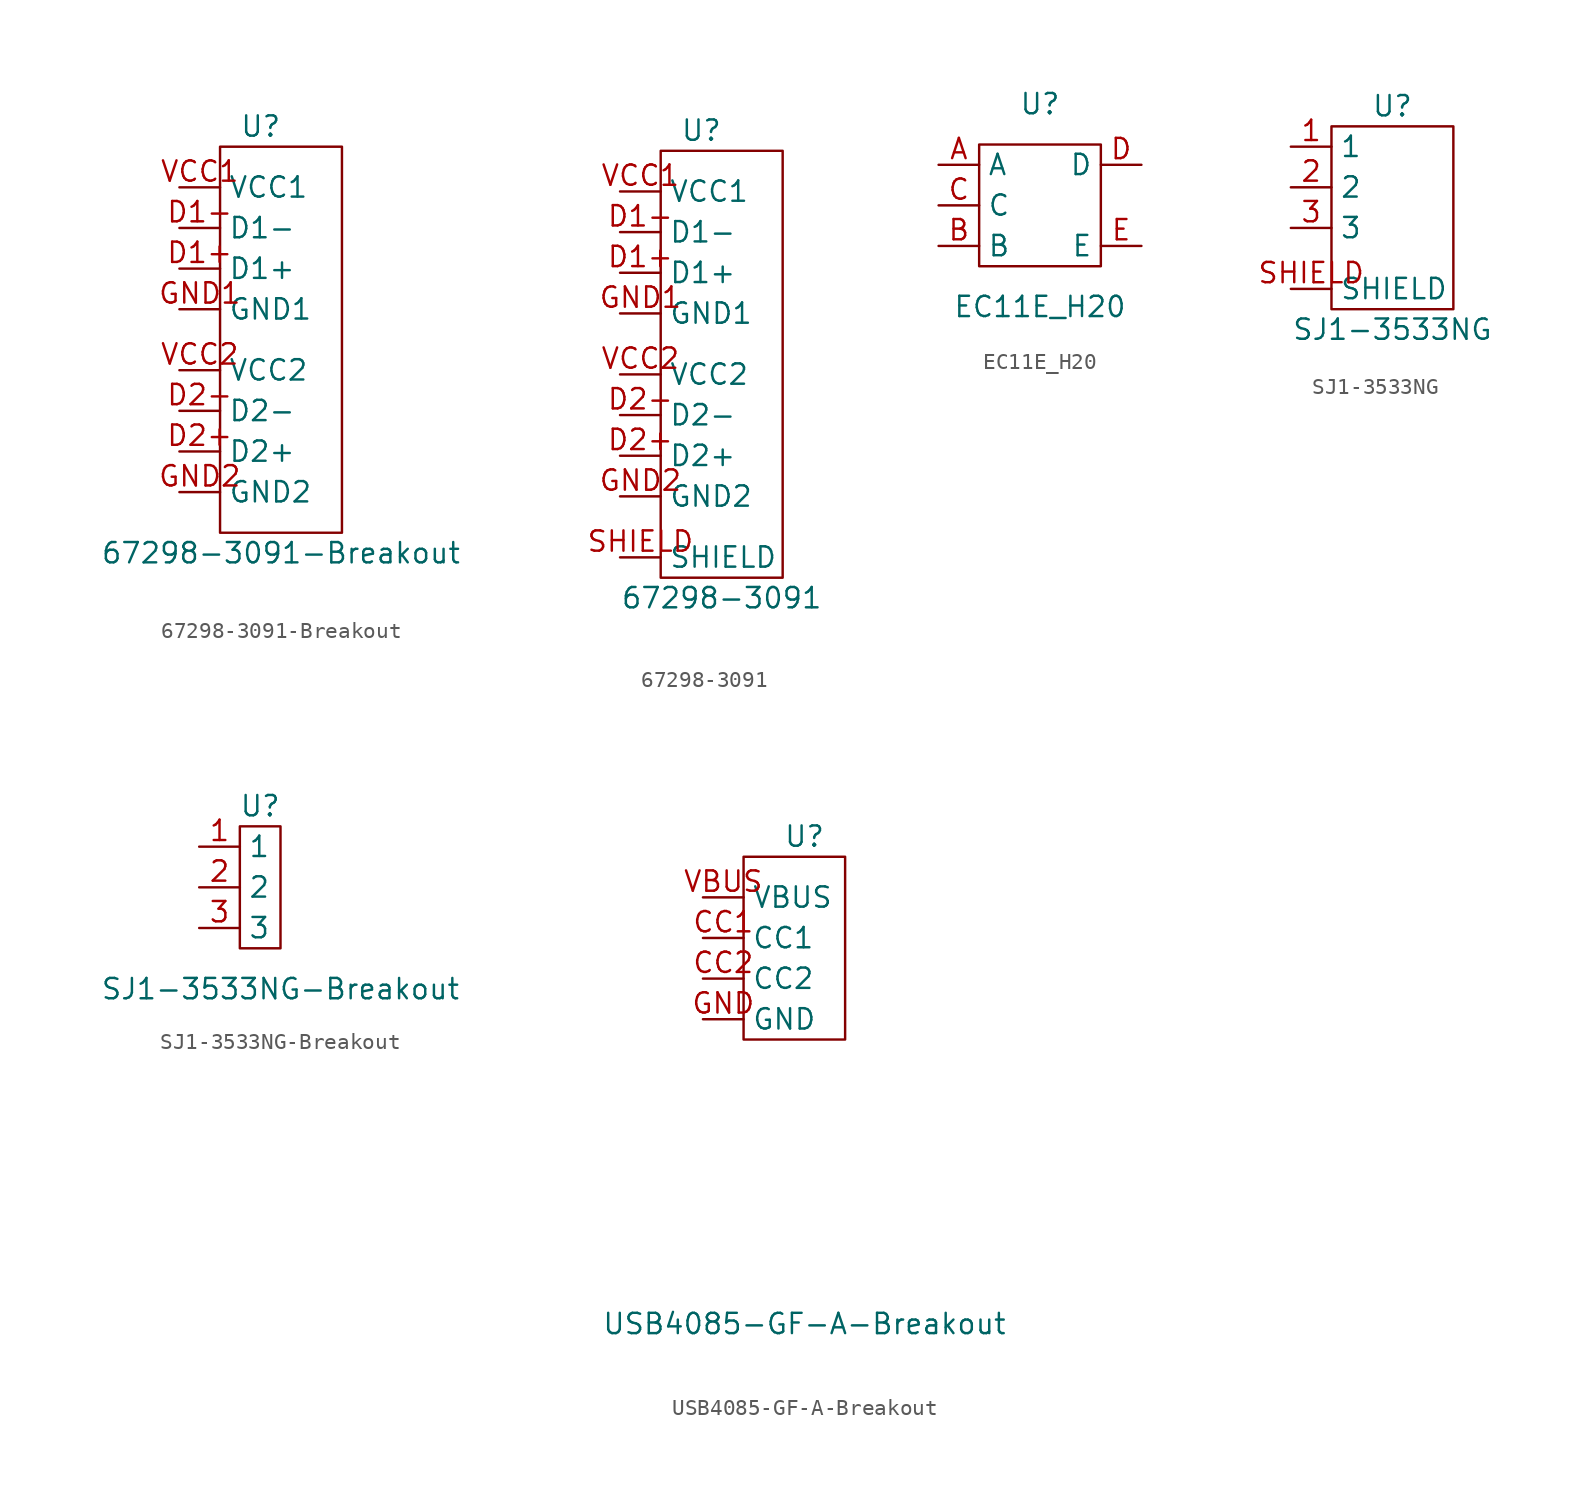
<source format=kicad_sym>
(kicad_symbol_lib
  (version 20211014)
  (generator kicad_symbol_editor)
  (symbol "67298-3091-Breakout"
    (property "Reference" "U"
      (at -1.27 13.97 0)
      (effects (font (size 1.27 1.27))))
    (property "Value" "67298-3091-Breakout"
      (at 0 -12.7 0)
      (effects (font (size 1.27 1.27))))
    (symbol "67298-3091-Breakout_0_1"
      (rectangle (start -3.81 12.7) (end 3.81 -11.43) (stroke (width 0) (type default) (color 0 0 0 0)) (fill (type none))))
    (symbol "67298-3091-Breakout_1_1"
      (pin input line (at -6.35 5.08 0) (length 2.54) (name "D1+" (effects (font (size 1.27 1.27)))) (number "D1+" (effects (font (size 1.27 1.27)))))
      (pin input line (at -6.35 7.62 0) (length 2.54) (name "D1-" (effects (font (size 1.27 1.27)))) (number "D1-" (effects (font (size 1.27 1.27)))))
      (pin input line (at -6.35 -6.35 0) (length 2.54) (name "D2+" (effects (font (size 1.27 1.27)))) (number "D2+" (effects (font (size 1.27 1.27)))))
      (pin input line (at -6.35 -3.81 0) (length 2.54) (name "D2-" (effects (font (size 1.27 1.27)))) (number "D2-" (effects (font (size 1.27 1.27)))))
      (pin power_in line (at -6.35 2.54 0) (length 2.54) (name "GND1" (effects (font (size 1.27 1.27)))) (number "GND1" (effects (font (size 1.27 1.27)))))
      (pin power_in line (at -6.35 -8.89 0) (length 2.54) (name "GND2" (effects (font (size 1.27 1.27)))) (number "GND2" (effects (font (size 1.27 1.27)))))
      (pin power_in line (at -6.35 10.16 0) (length 2.54) (name "VCC1" (effects (font (size 1.27 1.27)))) (number "VCC1" (effects (font (size 1.27 1.27)))))
      (pin power_in line (at -6.35 -1.27 0) (length 2.54) (name "VCC2" (effects (font (size 1.27 1.27)))) (number "VCC2" (effects (font (size 1.27 1.27)))))))
  (symbol "67298-3091"
    (property "Reference" "U"
      (at -1.27 13.97 0)
      (effects (font (size 1.27 1.27))))
    (property "Value" "67298-3091"
      (at 0 -15.24 0)
      (effects (font (size 1.27 1.27))))
    (symbol "67298-3091_0_1"
      (rectangle (start -3.81 12.7) (end 3.81 -13.97) (stroke (width 0) (type default) (color 0 0 0 0)) (fill (type none))))
    (symbol "67298-3091_1_1"
      (pin output line (at -6.35 5.08 0) (length 2.54) (name "D1+" (effects (font (size 1.27 1.27)))) (number "D1+" (effects (font (size 1.27 1.27)))))
      (pin output line (at -6.35 7.62 0) (length 2.54) (name "D1-" (effects (font (size 1.27 1.27)))) (number "D1-" (effects (font (size 1.27 1.27)))))
      (pin output line (at -6.35 -6.35 0) (length 2.54) (name "D2+" (effects (font (size 1.27 1.27)))) (number "D2+" (effects (font (size 1.27 1.27)))))
      (pin output line (at -6.35 -3.81 0) (length 2.54) (name "D2-" (effects (font (size 1.27 1.27)))) (number "D2-" (effects (font (size 1.27 1.27)))))
      (pin power_out line (at -6.35 2.54 0) (length 2.54) (name "GND1" (effects (font (size 1.27 1.27)))) (number "GND1" (effects (font (size 1.27 1.27)))))
      (pin power_out line (at -6.35 -8.89 0) (length 2.54) (name "GND2" (effects (font (size 1.27 1.27)))) (number "GND2" (effects (font (size 1.27 1.27)))))
      (pin power_in line (at -6.35 -12.7 0) (length 2.54) (name "SHIELD" (effects (font (size 1.27 1.27)))) (number "SHIELD" (effects (font (size 1.27 1.27)))))
      (pin power_out line (at -6.35 10.16 0) (length 2.54) (name "VCC1" (effects (font (size 1.27 1.27)))) (number "VCC1" (effects (font (size 1.27 1.27)))))
      (pin power_out line (at -6.35 -1.27 0) (length 2.54) (name "VCC2" (effects (font (size 1.27 1.27)))) (number "VCC2" (effects (font (size 1.27 1.27)))))))
  (symbol "EC11E_H20"
    (property "Reference" "U"
      (at 6.35 12.7 0)
      (effects (font (size 1.27 1.27))))
    (property "Value" "EC11E_H20"
      (at 6.35 0 0)
      (effects (font (size 1.27 1.27))))
    (symbol "EC11E_H20_0_1"
      (rectangle (start 2.54 10.16) (end 10.16 2.54) (stroke (width 0) (type default) (color 0 0 0 0)) (fill (type none))))
    (symbol "EC11E_H20_1_1"
      (pin output line (at 0 8.89 0) (length 2.54) (name "A" (effects (font (size 1.27 1.27)))) (number "A" (effects (font (size 1.27 1.27)))))
      (pin output line (at 0 3.81 0) (length 2.54) (name "B" (effects (font (size 1.27 1.27)))) (number "B" (effects (font (size 1.27 1.27)))))
      (pin power_in line (at 0 6.35 0) (length 2.54) (name "C" (effects (font (size 1.27 1.27)))) (number "C" (effects (font (size 1.27 1.27)))))
      (pin output line (at 12.7 8.89 180) (length 2.54) (name "D" (effects (font (size 1.27 1.27)))) (number "D" (effects (font (size 1.27 1.27)))))
      (pin output line (at 12.7 3.81 180) (length 2.54) (name "E" (effects (font (size 1.27 1.27)))) (number "E" (effects (font (size 1.27 1.27)))))))
  (symbol "SJ1-3533NG"
    (property "Reference" "U"
      (at 0 6.35 0)
      (effects (font (size 1.27 1.27))))
    (property "Value" "SJ1-3533NG"
      (at 0 -7.62 0)
      (effects (font (size 1.27 1.27))))
    (symbol "SJ1-3533NG_0_1"
      (rectangle (start -3.81 5.08) (end 3.81 -6.35) (stroke (width 0) (type default) (color 0 0 0 0)) (fill (type none))))
    (symbol "SJ1-3533NG_1_1"
      (pin power_out line (at -6.35 3.81 0) (length 2.54) (name "1" (effects (font (size 1.27 1.27)))) (number "1" (effects (font (size 1.27 1.27)))))
      (pin output line (at -6.35 1.27 0) (length 2.54) (name "2" (effects (font (size 1.27 1.27)))) (number "2" (effects (font (size 1.27 1.27)))))
      (pin output line (at -6.35 -1.27 0) (length 2.54) (name "3" (effects (font (size 1.27 1.27)))) (number "3" (effects (font (size 1.27 1.27)))))
      (pin power_in line (at -6.35 -5.08 0) (length 2.54) (name "SHIELD" (effects (font (size 1.27 1.27)))) (number "SHIELD" (effects (font (size 1.27 1.27)))))))
  (symbol "SJ1-3533NG-Breakout"
    (property "Reference" "U"
      (at -2.54 6.35 0)
      (effects (font (size 1.27 1.27))))
    (property "Value" "SJ1-3533NG-Breakout"
      (at -1.27 -5.08 0)
      (effects (font (size 1.27 1.27))))
    (symbol "SJ1-3533NG-Breakout_0_1"
      (rectangle (start -3.81 5.08) (end -1.27 -2.54) (stroke (width 0) (type default) (color 0 0 0 0)) (fill (type none))))
    (symbol "SJ1-3533NG-Breakout_1_1"
      (pin power_in line (at -6.35 3.81 0) (length 2.54) (name "1" (effects (font (size 1.27 1.27)))) (number "1" (effects (font (size 1.27 1.27)))))
      (pin input line (at -6.35 1.27 0) (length 2.54) (name "2" (effects (font (size 1.27 1.27)))) (number "2" (effects (font (size 1.27 1.27)))))
      (pin input line (at -6.35 -1.27 0) (length 2.54) (name "3" (effects (font (size 1.27 1.27)))) (number "3" (effects (font (size 1.27 1.27)))))))
  (symbol "USB4085-GF-A-Breakout"
    (property "Reference" "U"
      (at -3.81 13.97 0)
      (effects (font (size 1.27 1.27))))
    (property "Value" "USB4085-GF-A-Breakout"
      (at -3.81 -16.51 0)
      (effects (font (size 1.27 1.27))))
    (symbol "USB4085-GF-A-Breakout_0_1"
      (rectangle (start -7.62 12.7) (end -1.27 1.27) (stroke (width 0) (type default) (color 0 0 0 0)) (fill (type none))))
    (symbol "USB4085-GF-A-Breakout_1_1"
      (pin input line (at -10.16 7.62 0) (length 2.54) (name "CC1" (effects (font (size 1.27 1.27)))) (number "CC1" (effects (font (size 1.27 1.27)))))
      (pin input line (at -10.16 5.08 0) (length 2.54) (name "CC2" (effects (font (size 1.27 1.27)))) (number "CC2" (effects (font (size 1.27 1.27)))))
      (pin power_in line (at -10.16 2.54 0) (length 2.54) (name "GND" (effects (font (size 1.27 1.27)))) (number "GND" (effects (font (size 1.27 1.27)))))
      (pin power_in line (at -10.16 10.16 0) (length 2.54) (name "VBUS" (effects (font (size 1.27 1.27)))) (number "VBUS" (effects (font (size 1.27 1.27))))))))
</source>
